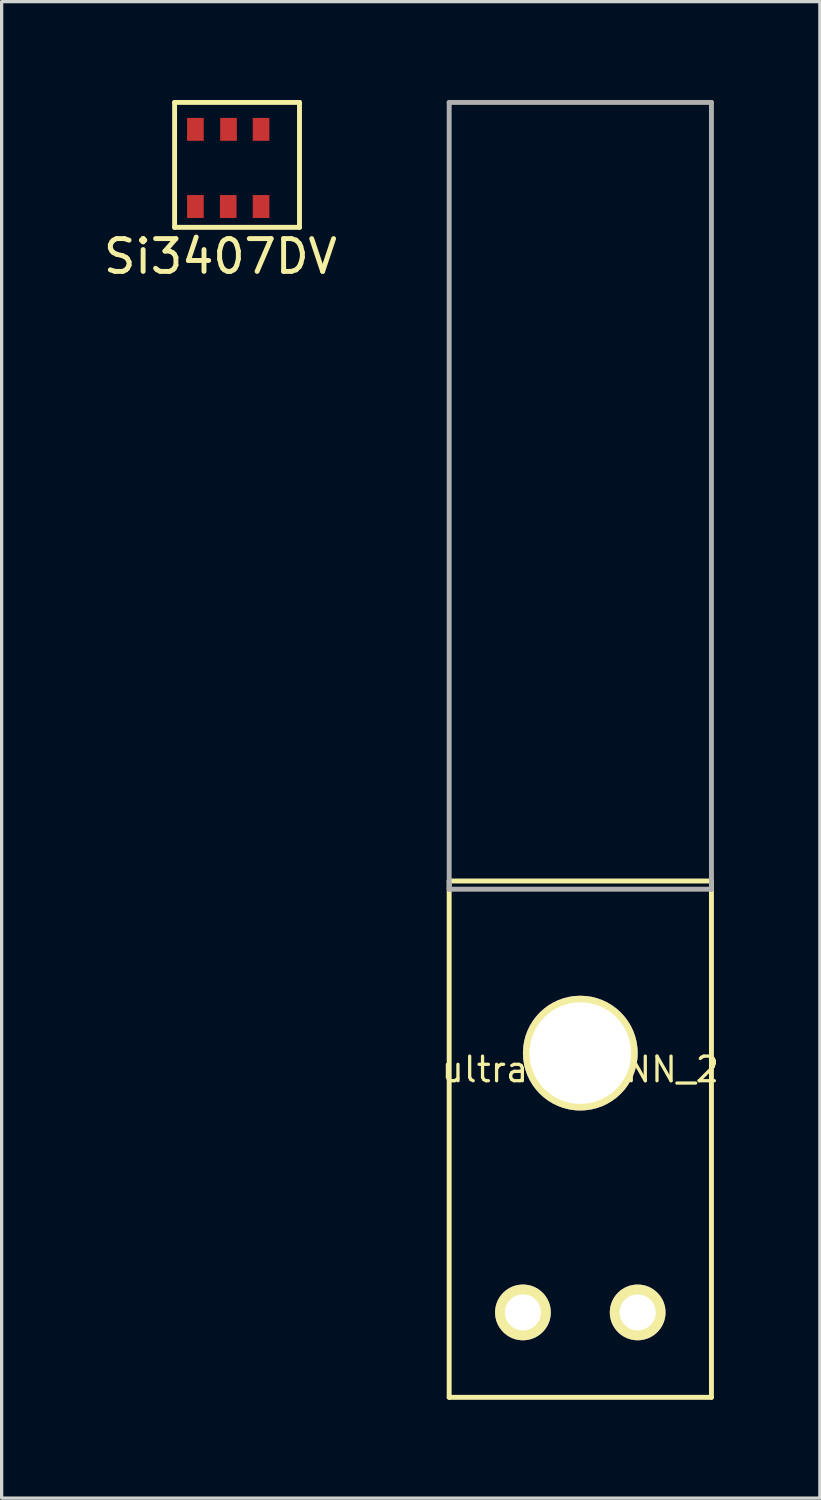
<source format=kicad_pcb>
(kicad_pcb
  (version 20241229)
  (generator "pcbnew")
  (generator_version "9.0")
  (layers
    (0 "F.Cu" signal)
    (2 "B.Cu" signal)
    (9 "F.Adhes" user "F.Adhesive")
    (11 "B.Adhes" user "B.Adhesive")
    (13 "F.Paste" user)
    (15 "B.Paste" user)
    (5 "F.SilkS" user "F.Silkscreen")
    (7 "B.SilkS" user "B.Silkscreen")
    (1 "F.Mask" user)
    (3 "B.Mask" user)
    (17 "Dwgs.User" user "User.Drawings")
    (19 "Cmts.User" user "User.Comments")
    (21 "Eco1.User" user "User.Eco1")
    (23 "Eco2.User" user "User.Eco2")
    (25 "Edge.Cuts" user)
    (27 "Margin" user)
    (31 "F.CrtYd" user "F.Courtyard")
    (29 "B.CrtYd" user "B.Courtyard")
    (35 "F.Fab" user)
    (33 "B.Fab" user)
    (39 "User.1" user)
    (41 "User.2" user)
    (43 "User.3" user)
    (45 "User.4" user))
  (footprint "ultraFitCONN_2"
    (layer "F.Cu")
    (at 14.652 29.075)
    (property "Reference" "ultraFitCONN_2" (at 0 0.5 0) (layer "F.SilkS") (effects (font (size 0.75 0.75) (thickness 0.1))))
    (attr through_hole)
    (fp_line (start -4 -5.25) (end -4 10.5) (stroke (width 0.15) (type solid)) (layer "F.SilkS"))
    (fp_line (start -4 -5.25) (end 4 -5.25) (stroke (width 0.15) (type solid)) (layer "F.SilkS"))
    (fp_line (start -4 10.5) (end 4 10.5) (stroke (width 0.15) (type solid)) (layer "F.SilkS"))
    (fp_line (start 4 10.5) (end 4 -5.25) (stroke (width 0.15) (type solid)) (layer "F.SilkS"))
    (fp_line (start -4 -29) (end 4 -29) (stroke (width 0.15) (type solid)) (layer "F.Fab"))
    (fp_line (start -4 -5) (end -4 -29) (stroke (width 0.15) (type solid)) (layer "F.Fab"))
    (fp_line (start 4 -29) (end 4 -5) (stroke (width 0.15) (type solid)) (layer "F.Fab"))
    (fp_line (start 4 -5) (end -4 -5) (stroke (width 0.15) (type solid)) (layer "F.Fab"))
    (pad "" np_thru_hole circle (at 0 0) (size 3.5 3.5) (drill 3.1) (layers "*.Cu" "*.Mask" "F.SilkS"))
    (pad "1" thru_hole circle (at 1.75 7.91) (size 1.7 1.7) (drill 1.1) (layers "*.Cu" "*.Mask" "F.SilkS"))
    (pad "2" thru_hole circle (at -1.75 7.91) (size 1.7 1.7) (drill 1.1) (layers "*.Cu" "*.Mask" "F.SilkS")))
  (footprint "Si3407DV"
    (layer "F.Cu")
    (at 2.911 3.25)
    (property "Reference" "Si3407DV" (at 0.762 1.524 0) (layer "F.SilkS") (effects (font (size 1 1) (thickness 0.15))))
    (attr through_hole)
    (fp_line (start -0.635 -3.175) (end 3.175 -3.175) (stroke (width 0.15) (type solid)) (layer "F.SilkS"))
    (fp_line (start -0.635 0.635) (end -0.635 -3.175) (stroke (width 0.15) (type solid)) (layer "F.SilkS"))
    (fp_line (start 3.175 -3.175) (end 3.175 0.635) (stroke (width 0.15) (type solid)) (layer "F.SilkS"))
    (fp_line (start 3.175 0.635) (end -0.635 0.635) (stroke (width 0.15) (type solid)) (layer "F.SilkS"))
    (pad "1" smd rect (at 0 0) (size 0.508 0.699) (layers "F.Cu" "F.Mask" "F.Paste"))
    (pad "2" smd rect (at 1.001 0) (size 0.508 0.699) (layers "F.Cu" "F.Mask" "F.Paste"))
    (pad "3" smd rect (at 2.002 0) (size 0.508 0.699) (layers "F.Cu" "F.Mask" "F.Paste"))
    (pad "4" smd rect (at 2.002 -2.354) (size 0.508 0.699) (layers "F.Cu" "F.Mask" "F.Paste"))
    (pad "5" smd rect (at 1.01 -2.354) (size 0.508 0.699) (layers "F.Cu" "F.Mask" "F.Paste"))
    (pad "6" smd rect (at 0 -2.354) (size 0.508 0.699) (layers "F.Cu" "F.Mask" "F.Paste")))
  (gr_rect
    (start -3 -3)
    (end 21.96 42.65)
    (stroke (width 0.1) (type default))
    (fill no)
    (layer "Edge.Cuts")))
</source>
